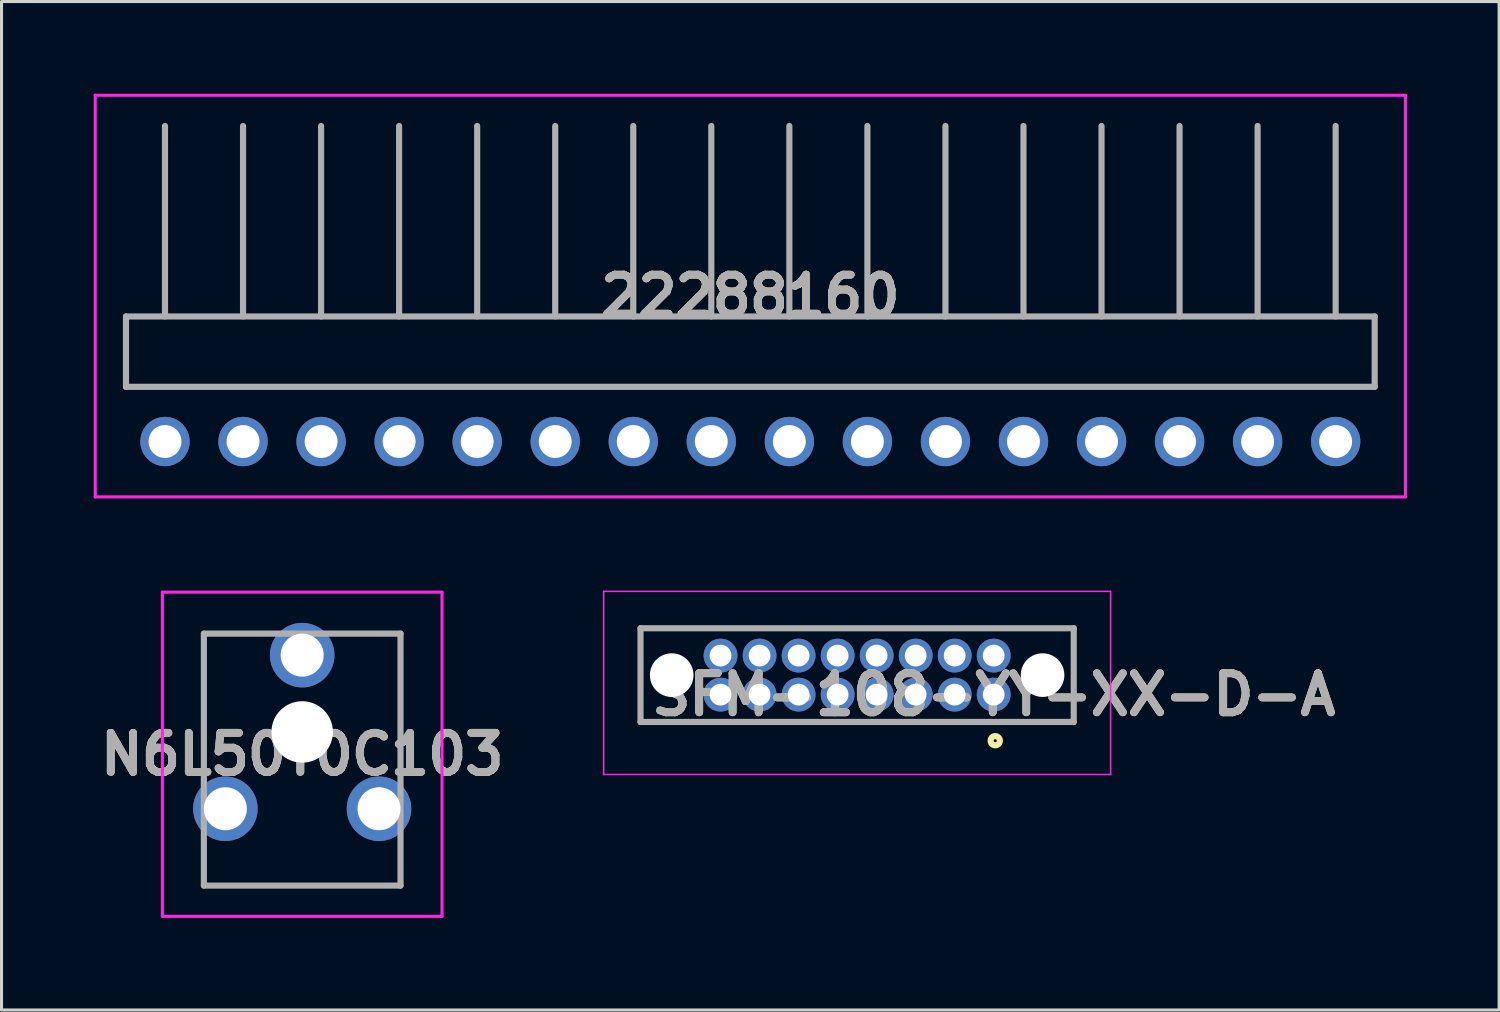
<source format=kicad_pcb>
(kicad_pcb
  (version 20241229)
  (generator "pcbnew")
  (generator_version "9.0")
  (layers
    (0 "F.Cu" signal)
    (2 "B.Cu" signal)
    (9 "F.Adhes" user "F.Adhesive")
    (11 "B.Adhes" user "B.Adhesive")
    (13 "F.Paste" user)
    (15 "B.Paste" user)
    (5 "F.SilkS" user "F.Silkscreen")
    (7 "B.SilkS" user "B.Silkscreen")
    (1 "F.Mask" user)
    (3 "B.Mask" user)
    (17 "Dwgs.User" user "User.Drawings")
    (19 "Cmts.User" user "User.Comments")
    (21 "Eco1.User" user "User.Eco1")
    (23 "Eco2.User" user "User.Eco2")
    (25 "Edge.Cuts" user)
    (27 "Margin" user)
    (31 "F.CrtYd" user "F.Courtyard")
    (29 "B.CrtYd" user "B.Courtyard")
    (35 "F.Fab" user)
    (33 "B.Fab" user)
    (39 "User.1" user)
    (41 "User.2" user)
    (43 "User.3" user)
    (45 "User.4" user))
  (footprint "SFM-108-YY-XX-D-A"
    (layer "F.Cu")
    (at 29.291 19.557)
    (property "Reference" "SFM-108-YY-XX-D-A" (at 0 0 0) (layer "F.SilkS") (effects (font (size 1.27 1.27) (thickness 0.254))))
    (attr through_hole)
    (fp_line (start -11.495 -2.16) (end 2.605 -2.16) (stroke (width 0.1) (type solid)) (layer "F.SilkS"))
    (fp_line (start 2.605 0.89) (end -11.495 0.89) (stroke (width 0.1) (type solid)) (layer "F.SilkS"))
    (fp_circle (center 0.05 1.5) (end 0.05 1.55) (stroke (width 0.2) (type solid)) (fill no) (layer "F.SilkS"))
    (fp_line (start -12.695 -3.36) (end 3.805 -3.36) (stroke (width 0.05) (type solid)) (layer "F.CrtYd"))
    (fp_line (start -12.695 2.6) (end -12.695 -3.36) (stroke (width 0.05) (type solid)) (layer "F.CrtYd"))
    (fp_line (start 3.805 -3.36) (end 3.805 2.6) (stroke (width 0.05) (type solid)) (layer "F.CrtYd"))
    (fp_line (start 3.805 2.6) (end -12.695 2.6) (stroke (width 0.05) (type solid)) (layer "F.CrtYd"))
    (fp_line (start -11.495 -2.16) (end 2.605 -2.16) (stroke (width 0.2) (type solid)) (layer "F.Fab"))
    (fp_line (start -11.495 0.89) (end -11.495 -2.16) (stroke (width 0.2) (type solid)) (layer "F.Fab"))
    (fp_line (start 2.605 -2.16) (end 2.605 0.89) (stroke (width 0.2) (type solid)) (layer "F.Fab"))
    (fp_line (start 2.605 0.89) (end -11.495 0.89) (stroke (width 0.2) (type solid)) (layer "F.Fab"))
    (fp_text user "${REFERENCE}" (at 0 0 0) (layer "F.Fab") (effects (font (size 1.27 1.27) (thickness 0.254))))
    (pad "" np_thru_hole circle (at -10.48 -0.635) (size 1.42 1.42) (drill 1.42) (layers "*.Cu" "*.Mask"))
    (pad "" np_thru_hole circle (at 1.59 -0.635) (size 1.42 1.42) (drill 1.42) (layers "*.Cu" "*.Mask"))
    (pad "1" thru_hole circle (at 0 0) (size 1.1 1.1) (drill 0.71) (layers "*.Cu" "*.Mask"))
    (pad "2" thru_hole circle (at 0 -1.27) (size 1.1 1.1) (drill 0.71) (layers "*.Cu" "*.Mask"))
    (pad "3" thru_hole circle (at -1.27 0) (size 1.1 1.1) (drill 0.71) (layers "*.Cu" "*.Mask"))
    (pad "4" thru_hole circle (at -1.27 -1.27) (size 1.1 1.1) (drill 0.71) (layers "*.Cu" "*.Mask"))
    (pad "5" thru_hole circle (at -2.54 0) (size 1.1 1.1) (drill 0.71) (layers "*.Cu" "*.Mask"))
    (pad "6" thru_hole circle (at -2.54 -1.27) (size 1.1 1.1) (drill 0.71) (layers "*.Cu" "*.Mask"))
    (pad "7" thru_hole circle (at -3.81 0) (size 1.1 1.1) (drill 0.71) (layers "*.Cu" "*.Mask"))
    (pad "8" thru_hole circle (at -3.81 -1.27) (size 1.1 1.1) (drill 0.71) (layers "*.Cu" "*.Mask"))
    (pad "9" thru_hole circle (at -5.08 0) (size 1.1 1.1) (drill 0.71) (layers "*.Cu" "*.Mask"))
    (pad "10" thru_hole circle (at -5.08 -1.27) (size 1.1 1.1) (drill 0.71) (layers "*.Cu" "*.Mask"))
    (pad "11" thru_hole circle (at -6.35 0) (size 1.1 1.1) (drill 0.71) (layers "*.Cu" "*.Mask"))
    (pad "12" thru_hole circle (at -6.35 -1.27) (size 1.1 1.1) (drill 0.71) (layers "*.Cu" "*.Mask"))
    (pad "13" thru_hole circle (at -7.62 0) (size 1.1 1.1) (drill 0.71) (layers "*.Cu" "*.Mask"))
    (pad "14" thru_hole circle (at -7.62 -1.27) (size 1.1 1.1) (drill 0.71) (layers "*.Cu" "*.Mask"))
    (pad "15" thru_hole circle (at -8.89 0) (size 1.1 1.1) (drill 0.71) (layers "*.Cu" "*.Mask"))
    (pad "16" thru_hole circle (at -8.89 -1.27) (size 1.1 1.1) (drill 0.71) (layers "*.Cu" "*.Mask")))
  (footprint "22288160"
    (layer "F.Cu")
    (at 21.37 6.586)
    (property "Reference" "22288160" (at 0 0 0) (layer "F.SilkS") (effects (font (size 1.27 1.27) (thickness 0.254))))
    (attr through_hole)
    (fp_line (start -20.32 0.664) (end 20.32 0.664) (stroke (width 0.1) (type solid)) (layer "F.SilkS"))
    (fp_line (start -20.32 2.954) (end -20.32 0.664) (stroke (width 0.1) (type solid)) (layer "F.SilkS"))
    (fp_line (start 20.32 0.664) (end 20.32 2.954) (stroke (width 0.1) (type solid)) (layer "F.SilkS"))
    (fp_line (start 20.32 2.954) (end -20.32 2.954) (stroke (width 0.1) (type solid)) (layer "F.SilkS"))
    (fp_line (start -21.32 -6.536) (end 21.32 -6.536) (stroke (width 0.1) (type solid)) (layer "F.CrtYd"))
    (fp_line (start -21.32 6.536) (end -21.32 -6.536) (stroke (width 0.1) (type solid)) (layer "F.CrtYd"))
    (fp_line (start 21.32 -6.536) (end 21.32 6.536) (stroke (width 0.1) (type solid)) (layer "F.CrtYd"))
    (fp_line (start 21.32 6.536) (end -21.32 6.536) (stroke (width 0.1) (type solid)) (layer "F.CrtYd"))
    (fp_line (start -20.32 0.664) (end 20.32 0.664) (stroke (width 0.2) (type solid)) (layer "F.Fab"))
    (fp_line (start -20.32 2.954) (end -20.32 0.664) (stroke (width 0.2) (type solid)) (layer "F.Fab"))
    (fp_line (start -19.05 0.664) (end -19.05 -5.536) (stroke (width 0.2) (type solid)) (layer "F.Fab"))
    (fp_line (start -16.51 -5.536) (end -16.51 0.664) (stroke (width 0.2) (type solid)) (layer "F.Fab"))
    (fp_line (start -13.97 -5.536) (end -13.97 0.664) (stroke (width 0.2) (type solid)) (layer "F.Fab"))
    (fp_line (start -11.43 -5.536) (end -11.43 0.664) (stroke (width 0.2) (type solid)) (layer "F.Fab"))
    (fp_line (start -8.89 -5.536) (end -8.89 0.664) (stroke (width 0.2) (type solid)) (layer "F.Fab"))
    (fp_line (start -6.35 -5.536) (end -6.35 0.664) (stroke (width 0.2) (type solid)) (layer "F.Fab"))
    (fp_line (start -3.81 -5.536) (end -3.81 0.664) (stroke (width 0.2) (type solid)) (layer "F.Fab"))
    (fp_line (start -1.27 -5.536) (end -1.27 0.664) (stroke (width 0.2) (type solid)) (layer "F.Fab"))
    (fp_line (start 1.27 -5.536) (end 1.27 0.664) (stroke (width 0.2) (type solid)) (layer "F.Fab"))
    (fp_line (start 3.81 -5.536) (end 3.81 0.664) (stroke (width 0.2) (type solid)) (layer "F.Fab"))
    (fp_line (start 6.35 -5.536) (end 6.35 0.664) (stroke (width 0.2) (type solid)) (layer "F.Fab"))
    (fp_line (start 8.89 -5.536) (end 8.89 0.664) (stroke (width 0.2) (type solid)) (layer "F.Fab"))
    (fp_line (start 11.43 -5.536) (end 11.43 0.664) (stroke (width 0.2) (type solid)) (layer "F.Fab"))
    (fp_line (start 13.97 -5.536) (end 13.97 0.664) (stroke (width 0.2) (type solid)) (layer "F.Fab"))
    (fp_line (start 16.51 -5.536) (end 16.51 0.664) (stroke (width 0.2) (type solid)) (layer "F.Fab"))
    (fp_line (start 19.05 -5.536) (end 19.05 0.664) (stroke (width 0.2) (type solid)) (layer "F.Fab"))
    (fp_line (start 20.32 0.664) (end 20.32 2.954) (stroke (width 0.2) (type solid)) (layer "F.Fab"))
    (fp_line (start 20.32 2.954) (end -20.32 2.954) (stroke (width 0.2) (type solid)) (layer "F.Fab"))
    (fp_text user "${REFERENCE}" (at 0 0 0) (layer "F.Fab") (effects (font (size 1.27 1.27) (thickness 0.254))))
    (pad "1" thru_hole circle (at -19.05 4.734) (size 1.605 1.605) (drill 1.07) (layers "*.Cu" "*.Mask"))
    (pad "2" thru_hole circle (at -16.51 4.734) (size 1.605 1.605) (drill 1.07) (layers "*.Cu" "*.Mask"))
    (pad "3" thru_hole circle (at -13.97 4.734) (size 1.605 1.605) (drill 1.07) (layers "*.Cu" "*.Mask"))
    (pad "4" thru_hole circle (at -11.43 4.734) (size 1.605 1.605) (drill 1.07) (layers "*.Cu" "*.Mask"))
    (pad "5" thru_hole circle (at -8.89 4.734) (size 1.605 1.605) (drill 1.07) (layers "*.Cu" "*.Mask"))
    (pad "6" thru_hole circle (at -6.35 4.734) (size 1.605 1.605) (drill 1.07) (layers "*.Cu" "*.Mask"))
    (pad "7" thru_hole circle (at -3.81 4.734) (size 1.605 1.605) (drill 1.07) (layers "*.Cu" "*.Mask"))
    (pad "8" thru_hole circle (at -1.27 4.734) (size 1.605 1.605) (drill 1.07) (layers "*.Cu" "*.Mask"))
    (pad "9" thru_hole circle (at 1.27 4.734) (size 1.605 1.605) (drill 1.07) (layers "*.Cu" "*.Mask"))
    (pad "10" thru_hole circle (at 3.81 4.734) (size 1.605 1.605) (drill 1.07) (layers "*.Cu" "*.Mask"))
    (pad "11" thru_hole circle (at 6.35 4.734) (size 1.605 1.605) (drill 1.07) (layers "*.Cu" "*.Mask"))
    (pad "12" thru_hole circle (at 8.89 4.734) (size 1.605 1.605) (drill 1.07) (layers "*.Cu" "*.Mask"))
    (pad "13" thru_hole circle (at 11.43 4.734) (size 1.605 1.605) (drill 1.07) (layers "*.Cu" "*.Mask"))
    (pad "14" thru_hole circle (at 13.97 4.734) (size 1.605 1.605) (drill 1.07) (layers "*.Cu" "*.Mask"))
    (pad "15" thru_hole circle (at 16.51 4.734) (size 1.605 1.605) (drill 1.07) (layers "*.Cu" "*.Mask"))
    (pad "16" thru_hole circle (at 19.05 4.734) (size 1.605 1.605) (drill 1.07) (layers "*.Cu" "*.Mask")))
  (footprint "N6L50T0C103"
    (layer "F.Cu")
    (at 6.785 20.772)
    (property "Reference" "N6L50T0C103" (at 0 0.725 0) (layer "F.SilkS") (effects (font (size 1.27 1.27) (thickness 0.254))))
    (attr through_hole)
    (fp_line (start -3.2 -3.2) (end -1.5 -3.2) (stroke (width 0.1) (type solid)) (layer "F.SilkS"))
    (fp_line (start -3.2 1) (end -3.2 -3.2) (stroke (width 0.1) (type solid)) (layer "F.SilkS"))
    (fp_line (start -3.2 3.5) (end -3.2 5) (stroke (width 0.1) (type solid)) (layer "F.SilkS"))
    (fp_line (start -3.2 5) (end 3.2 5) (stroke (width 0.1) (type solid)) (layer "F.SilkS"))
    (fp_line (start 1.5 -3.2) (end 3.2 -3.2) (stroke (width 0.1) (type solid)) (layer "F.SilkS"))
    (fp_line (start 3.2 -3.2) (end 3.2 1) (stroke (width 0.1) (type solid)) (layer "F.SilkS"))
    (fp_line (start 3.2 5) (end 3.2 3.5) (stroke (width 0.1) (type solid)) (layer "F.SilkS"))
    (fp_line (start -4.55 -4.55) (end 4.55 -4.55) (stroke (width 0.1) (type solid)) (layer "F.CrtYd"))
    (fp_line (start -4.55 6) (end -4.55 -4.55) (stroke (width 0.1) (type solid)) (layer "F.CrtYd"))
    (fp_line (start 4.55 -4.55) (end 4.55 6) (stroke (width 0.1) (type solid)) (layer "F.CrtYd"))
    (fp_line (start 4.55 6) (end -4.55 6) (stroke (width 0.1) (type solid)) (layer "F.CrtYd"))
    (fp_line (start -3.2 -3.2) (end 3.2 -3.2) (stroke (width 0.2) (type solid)) (layer "F.Fab"))
    (fp_line (start -3.2 5) (end -3.2 -3.2) (stroke (width 0.2) (type solid)) (layer "F.Fab"))
    (fp_line (start 3.2 -3.2) (end 3.2 5) (stroke (width 0.2) (type solid)) (layer "F.Fab"))
    (fp_line (start 3.2 5) (end -3.2 5) (stroke (width 0.2) (type solid)) (layer "F.Fab"))
    (fp_text user "${REFERENCE}" (at 0 0.725 0) (layer "F.Fab") (effects (font (size 1.27 1.27) (thickness 0.254))))
    (pad "" np_thru_hole circle (at 0 0) (size 2 2) (drill 2) (layers "*.Cu" "*.Mask"))
    (pad "1" thru_hole circle (at -2.5 2.5) (size 2.1 2.1) (drill 1.4) (layers "*.Cu" "*.Mask"))
    (pad "2" thru_hole circle (at 0 -2.5) (size 2.1 2.1) (drill 1.4) (layers "*.Cu" "*.Mask"))
    (pad "3" thru_hole circle (at 2.5 2.5) (size 2.1 2.1) (drill 1.4) (layers "*.Cu" "*.Mask")))
  (gr_rect
    (start -3 -3)
    (end 45.74 29.822)
    (stroke (width 0.1) (type default))
    (fill no)
    (layer "Edge.Cuts")))
</source>
